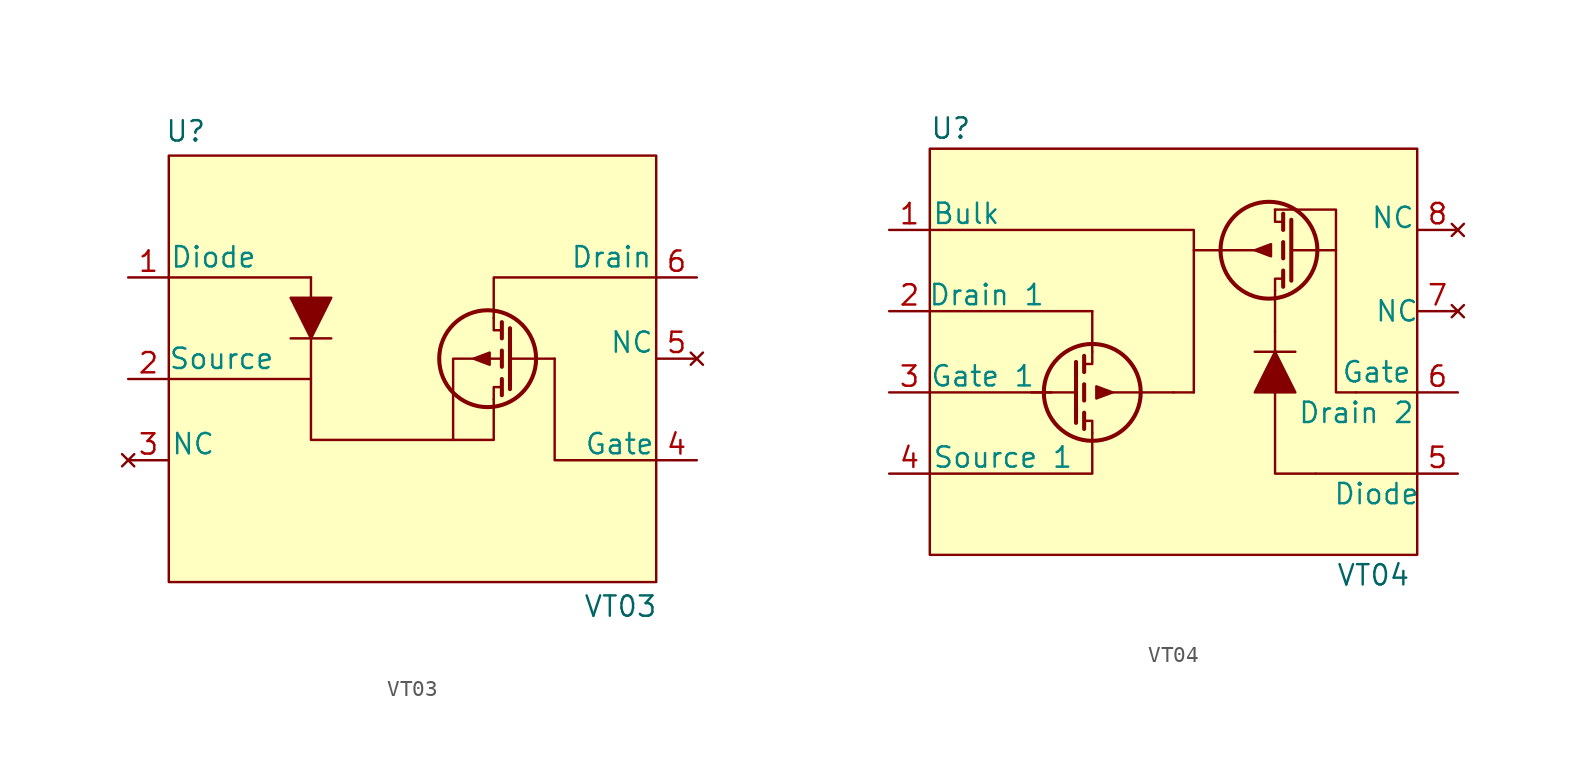
<source format=kicad_sym>
(kicad_symbol_lib
  (version 20231120)
  (generator "kicad_symbol_editor")
  (generator_version "8.0")
  (symbol "VT03"
    (pin_names
      (offset 0))
    (property "Reference" "U"
      (at -15.494 14.224 0)
      (effects (font (size 1.27 1.27)) (justify left)))
    (property "Value" "VT03"
      (at 10.668 -15.494 0)
      (effects (font (size 1.27 1.27)) (justify left)))
    (symbol "VT03_0_1"
      (polyline (pts (xy -15.24 5.08) (xy -6.35 5.08)) (stroke (width 0) (type default)) (fill (type none)))
      (polyline (pts (xy -6.35 5.08) (xy -6.35 3.81)) (stroke (width 0) (type default)) (fill (type none)))
      (polyline (pts (xy -5.08 1.27) (xy -7.62 1.27)) (stroke (width 0) (type default)) (fill (type none)))
      (polyline (pts (xy 5.588 -1.27) (xy 5.588 -2.286)) (stroke (width 0.254) (type default)) (fill (type none)))
      (polyline (pts (xy 5.588 0.508) (xy 5.588 -0.508)) (stroke (width 0.254) (type default)) (fill (type none)))
      (polyline (pts (xy 5.588 2.286) (xy 5.588 1.27)) (stroke (width 0.254) (type default)) (fill (type none)))
      (polyline (pts (xy 6.096 0) (xy 8.89 0)) (stroke (width 0) (type default)) (fill (type none)))
      (polyline (pts (xy 6.096 1.905) (xy 6.096 -1.905)) (stroke (width 0.254) (type default)) (fill (type none)))
      (polyline (pts (xy -15.24 -1.27) (xy -6.35 -1.27) (xy -6.35 1.27)) (stroke (width 0) (type default)) (fill (type none)))
      (polyline (pts (xy -6.35 -1.27) (xy -6.35 -5.08) (xy 2.54 -5.08)) (stroke (width 0) (type default)) (fill (type none)))
      (polyline (pts (xy 2.54 -5.08) (xy 2.54 0) (xy 5.588 0)) (stroke (width 0) (type default)) (fill (type none)))
      (polyline (pts (xy 5.08 -2.54) (xy 5.08 -1.778) (xy 5.588 -1.778)) (stroke (width 0) (type default)) (fill (type none)))
      (polyline (pts (xy 5.588 1.778) (xy 5.08 1.778) (xy 5.08 2.54)) (stroke (width 0) (type default)) (fill (type none)))
      (polyline (pts (xy 8.89 0) (xy 8.89 -6.35) (xy 15.24 -6.35)) (stroke (width 0) (type default)) (fill (type none)))
      (polyline (pts (xy 15.24 5.08) (xy 5.08 5.08) (xy 5.08 2.54)) (stroke (width 0) (type default)) (fill (type none)))
      (polyline (pts (xy 3.81 0) (xy 4.826 0.381) (xy 4.826 -0.381) (xy 3.81 0)) (stroke (width 0) (type default)) (fill (type outline)))
      (circle (center 4.699 0) (radius 3.029) (stroke (width 0.254) (type default)) (fill (type none))))
    (symbol "VT03_1_1"
      (rectangle (start -15.24 12.7) (end 15.24 -13.97) (stroke (width 0) (type default)) (fill (type background)))
      (polyline (pts (xy 5.08 -2.54) (xy 5.08 -5.08) (xy 2.54 -5.08)) (stroke (width 0) (type default)) (fill (type none)))
      (polyline (pts (xy -6.35 3.81) (xy -5.08 3.81) (xy -6.35 1.27) (xy -7.62 3.81) (xy -6.35 3.81)) (stroke (width 0) (type default)) (fill (type outline)))
      (text "Diode" (at -12.446 6.35 0) (effects (font (size 1.27 1.27) (color 0 132 132 1))))
      (text "Drain" (at 12.446 6.35 0) (effects (font (size 1.27 1.27) (color 0 132 132 1))))
      (text "Gate\n" (at 12.954 -5.334 0) (effects (font (size 1.27 1.27) (color 0 132 132 1))))
      (text "NC" (at -13.716 -5.334 0) (effects (font (size 1.27 1.27) (color 0 132 132 1))))
      (text "NC" (at 13.716 1.016 0) (effects (font (size 1.27 1.27) (color 0 132 132 1))))
      (text "Source\n" (at -11.938 0 0) (effects (font (size 1.27 1.27) (color 0 132 132 1))))
      (pin passive line (at -17.78 5.08 0) (length 2.54) (name "" (effects (font (size 1.27 1.27)))) (number "1" (effects (font (size 1.27 1.27)))))
      (pin passive line (at -17.78 -1.27 0) (length 2.54) (name "" (effects (font (size 1.27 1.27)))) (number "2" (effects (font (size 1.27 1.27)))))
      (pin no_connect line (at -17.78 -6.35 0) (length 2.54) (name "" (effects (font (size 1.27 1.27)))) (number "3" (effects (font (size 1.27 1.27)))))
      (pin passive line (at 17.78 -6.35 180) (length 2.54) (name "" (effects (font (size 1.27 1.27)))) (number "4" (effects (font (size 1.27 1.27)))))
      (pin no_connect line (at 17.78 0 180) (length 2.54) (name "" (effects (font (size 1.27 1.27)))) (number "5" (effects (font (size 1.27 1.27)))))
      (pin passive line (at 17.78 5.08 180) (length 2.54) (name "" (effects (font (size 1.27 1.27)))) (number "6" (effects (font (size 1.27 1.27)))))))
  (symbol "VT04"
    (pin_names
      (offset 0))
    (property "Reference" "U"
      (at -15.24 11.43 0)
      (effects (font (size 1.27 1.27)) (justify left)))
    (property "Value" "VT04"
      (at 10.16 -16.51 0)
      (effects (font (size 1.27 1.27)) (justify left)))
    (symbol "VT04_0_1"
      (circle (center -5.08 -5.08) (radius 3.029) (stroke (width 0.254) (type default)) (fill (type none)))
      (polyline (pts (xy -6.096 -6.985) (xy -6.096 -3.175)) (stroke (width 0.254) (type default)) (fill (type none)))
      (polyline (pts (xy -6.096 -5.08) (xy -8.89 -5.08)) (stroke (width 0) (type default)) (fill (type none)))
      (polyline (pts (xy -5.588 -7.366) (xy -5.588 -6.35)) (stroke (width 0.254) (type default)) (fill (type none)))
      (polyline (pts (xy -5.588 -5.588) (xy -5.588 -4.572)) (stroke (width 0.254) (type default)) (fill (type none)))
      (polyline (pts (xy -5.588 -3.81) (xy -5.588 -2.794)) (stroke (width 0.254) (type default)) (fill (type none)))
      (polyline (pts (xy 5.08 -2.54) (xy 7.62 -2.54)) (stroke (width 0) (type default)) (fill (type none)))
      (polyline (pts (xy 6.858 2.54) (xy 6.858 1.524)) (stroke (width 0.254) (type default)) (fill (type none)))
      (polyline (pts (xy 6.858 4.318) (xy 6.858 3.302)) (stroke (width 0.254) (type default)) (fill (type none)))
      (polyline (pts (xy 6.858 6.096) (xy 6.858 5.08)) (stroke (width 0.254) (type default)) (fill (type none)))
      (polyline (pts (xy 7.366 3.81) (xy 10.16 3.81)) (stroke (width 0) (type default)) (fill (type none)))
      (polyline (pts (xy 7.366 5.715) (xy 7.366 1.905)) (stroke (width 0.254) (type default)) (fill (type none)))
      (polyline (pts (xy -5.588 -6.858) (xy -5.08 -6.858) (xy -5.08 -7.62)) (stroke (width 0) (type default)) (fill (type none)))
      (polyline (pts (xy -5.08 -2.54) (xy -5.08 -3.302) (xy -5.588 -3.302)) (stroke (width 0) (type default)) (fill (type none)))
      (polyline (pts (xy 6.35 1.27) (xy 6.35 2.032) (xy 6.858 2.032)) (stroke (width 0) (type default)) (fill (type none)))
      (polyline (pts (xy 6.858 5.588) (xy 6.35 5.588) (xy 6.35 6.35)) (stroke (width 0) (type default)) (fill (type none)))
      (polyline (pts (xy -3.81 -5.08) (xy -4.826 -5.461) (xy -4.826 -4.699) (xy -3.81 -5.08)) (stroke (width 0) (type default)) (fill (type outline)))
      (polyline (pts (xy 5.08 3.81) (xy 6.096 4.191) (xy 6.096 3.429) (xy 5.08 3.81)) (stroke (width 0) (type default)) (fill (type outline)))
      (circle (center 5.969 3.81) (radius 3.029) (stroke (width 0.254) (type default)) (fill (type none))))
    (symbol "VT04_1_1"
      (rectangle (start -15.24 10.16) (end 15.24 -15.24) (stroke (width 0) (type default)) (fill (type background)))
      (polyline (pts (xy -15.24 0) (xy -5.08 0)) (stroke (width 0) (type default)) (fill (type none)))
      (polyline (pts (xy -15.24 5.08) (xy -13.97 5.08)) (stroke (width 0) (type default)) (fill (type none)))
      (polyline (pts (xy -5.08 -2.54) (xy -5.08 0)) (stroke (width 0) (type default)) (fill (type none)))
      (polyline (pts (xy -3.81 -5.08) (xy 0 -5.08)) (stroke (width 0) (type default)) (fill (type none)))
      (polyline (pts (xy 1.27 -5.08) (xy 0 -5.08)) (stroke (width 0) (type default)) (fill (type none)))
      (polyline (pts (xy 5.08 3.81) (xy 1.27 3.81)) (stroke (width 0) (type default)) (fill (type none)))
      (polyline (pts (xy 6.35 1.27) (xy 6.35 -1.27)) (stroke (width 0) (type default)) (fill (type none)))
      (polyline (pts (xy 8.89 -10.16) (xy 15.24 -10.16)) (stroke (width 0) (type default)) (fill (type none)))
      (polyline (pts (xy 11.43 -5.08) (xy 15.24 -5.08)) (stroke (width 0) (type default)) (fill (type none)))
      (polyline (pts (xy -15.24 -10.16) (xy -5.08 -10.16) (xy -5.08 -7.62)) (stroke (width 0) (type default)) (fill (type none)))
      (polyline (pts (xy -15.24 -5.08) (xy -7.62 -5.08) (xy -7.62 -5.08)) (stroke (width 0) (type default)) (fill (type none)))
      (polyline (pts (xy -13.97 5.08) (xy 1.27 5.08) (xy 1.27 -5.08)) (stroke (width 0) (type default)) (fill (type none)))
      (polyline (pts (xy 6.35 -1.27) (xy 6.35 -10.16) (xy 8.89 -10.16)) (stroke (width 0) (type default)) (fill (type none)))
      (polyline (pts (xy 6.35 -5.08) (xy 5.08 -5.08) (xy 6.35 -2.54) (xy 7.62 -5.08) (xy 6.35 -5.08)) (stroke (width 0) (type default)) (fill (type outline)))
      (polyline (pts (xy 6.35 6.35) (xy 10.16 6.35) (xy 10.16 3.81) (xy 10.16 -5.08) (xy 11.43 -5.08)) (stroke (width 0) (type default)) (fill (type none)))
      (text "Bulk" (at -12.954 6.096 0) (effects (font (size 1.27 1.27) (color 0 132 132 1))))
      (text "Diode" (at 12.7 -11.43 0) (effects (font (size 1.27 1.27) (color 0 132 132 1))))
      (text "Drain 1" (at -11.684 1.016 0) (effects (font (size 1.27 1.27) (color 0 132 132 1))))
      (text "Drain 2\n" (at 11.43 -6.35 0) (effects (font (size 1.27 1.27) (color 0 132 132 1))))
      (text "Gate" (at 12.7 -3.81 0) (effects (font (size 1.27 1.27) (color 0 132 132 1))))
      (text "Gate 1" (at -11.938 -4.064 0) (effects (font (size 1.27 1.27) (color 0 132 132 1))))
      (text "NC" (at 13.716 5.842 0) (effects (font (size 1.27 1.27) (color 0 132 132 1))))
      (text "NC" (at 13.97 0 0) (effects (font (size 1.27 1.27) (color 0 132 132 1))))
      (text "Source 1" (at -10.668 -9.144 0) (effects (font (size 1.27 1.27) (color 0 132 132 1))))
      (pin passive line (at -17.78 5.08 0) (length 2.54) (name "" (effects (font (size 1.27 1.27)))) (number "1" (effects (font (size 1.27 1.27)))))
      (pin passive line (at -17.78 0 0) (length 2.54) (name "" (effects (font (size 1.27 1.27)))) (number "2" (effects (font (size 1.27 1.27)))))
      (pin passive line (at -17.78 -5.08 0) (length 2.54) (name "" (effects (font (size 1.27 1.27)))) (number "3" (effects (font (size 1.27 1.27)))))
      (pin passive line (at -17.78 -10.16 0) (length 2.54) (name "" (effects (font (size 1.27 1.27)))) (number "4" (effects (font (size 1.27 1.27)))))
      (pin passive line (at 17.78 -10.16 180) (length 2.54) (name "" (effects (font (size 1.27 1.27)))) (number "5" (effects (font (size 1.27 1.27)))))
      (pin passive line (at 17.78 -5.08 180) (length 2.54) (name "" (effects (font (size 1.27 1.27)))) (number "6" (effects (font (size 1.27 1.27)))))
      (pin no_connect line (at 17.78 0 180) (length 2.54) (name "" (effects (font (size 1.27 1.27)))) (number "7" (effects (font (size 1.27 1.27)))))
      (pin no_connect line (at 17.78 5.08 180) (length 2.54) (name "" (effects (font (size 1.27 1.27)))) (number "8" (effects (font (size 1.27 1.27))))))))
</source>
